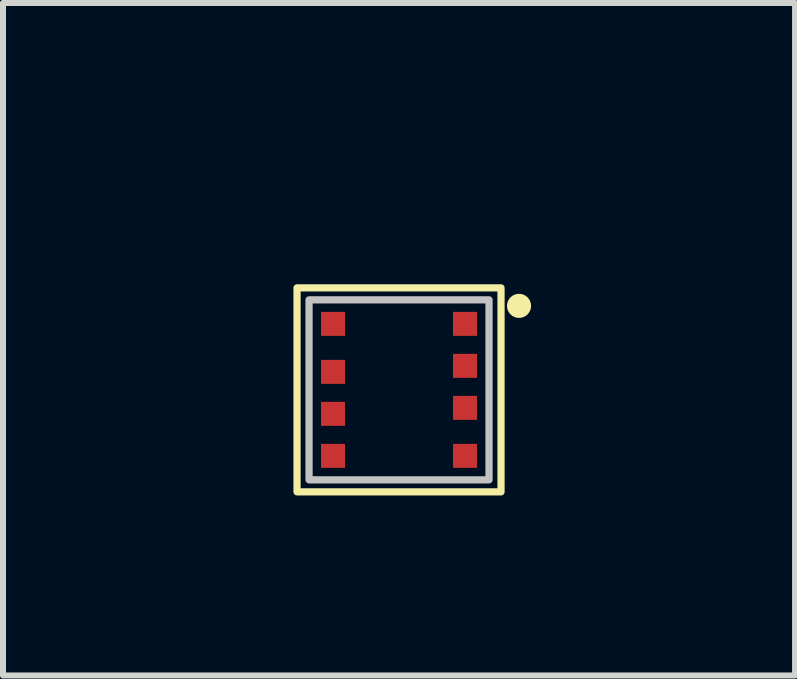
<source format=kicad_pcb>
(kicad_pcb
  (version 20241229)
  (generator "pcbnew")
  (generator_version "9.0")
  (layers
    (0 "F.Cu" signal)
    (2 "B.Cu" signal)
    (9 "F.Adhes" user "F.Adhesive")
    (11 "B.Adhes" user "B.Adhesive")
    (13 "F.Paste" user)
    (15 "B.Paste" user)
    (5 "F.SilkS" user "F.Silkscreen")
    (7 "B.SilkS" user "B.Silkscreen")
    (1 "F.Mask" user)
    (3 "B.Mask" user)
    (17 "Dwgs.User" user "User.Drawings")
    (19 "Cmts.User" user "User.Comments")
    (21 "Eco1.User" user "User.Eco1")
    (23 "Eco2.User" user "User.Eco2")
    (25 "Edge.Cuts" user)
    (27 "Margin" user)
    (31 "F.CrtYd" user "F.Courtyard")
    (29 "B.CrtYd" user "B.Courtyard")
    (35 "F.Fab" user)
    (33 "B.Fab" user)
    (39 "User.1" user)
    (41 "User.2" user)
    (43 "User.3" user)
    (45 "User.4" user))
  (footprint "BME688N"
    (layer "F.Cu")
    (at 3.601 3.448)
    (property "Reference" "BME688N" (at 0 -2.6 0) (unlocked yes) (layer "User.1") (effects (font (size 1 1) (thickness 0.15))))
    (attr smd)
    (fp_rect (start -1.7 -1.7) (end 1.7 1.7) (stroke (width 0.12) (type solid)) (fill no) (layer "F.SilkS"))
    (fp_circle (center 2 -1.4) (end 2.141 -1.4) (stroke (width 0.12) (type solid)) (fill yes) (layer "F.SilkS"))
    (fp_rect (start -1.5 -1.5) (end 1.5 1.5) (stroke (width 0.12) (type solid)) (fill no) (layer "Dwgs.User"))
    (fp_rect (start -1.5 -1.5) (end 1.5 1.5) (stroke (width 0.1) (type solid)) (fill no) (layer "F.Fab"))
    (fp_text user "${REFERENCE}" (at 0 -2.6 0) (unlocked yes) (layer "User.1") (effects (font (size 1 1) (thickness 0.15))))
    (pad "1" smd rect (at 1.1 -1.1) (size 0.4 0.4) (layers "F.Cu" "F.Mask" "F.Paste"))
    (pad "2" smd rect (at 1.1 -0.4) (size 0.4 0.4) (layers "F.Cu" "F.Mask" "F.Paste"))
    (pad "3" smd rect (at 1.1 0.3) (size 0.4 0.4) (layers "F.Cu" "F.Mask" "F.Paste"))
    (pad "4" smd rect (at 1.1 1.1) (size 0.4 0.4) (layers "F.Cu" "F.Mask" "F.Paste"))
    (pad "5" smd rect (at -1.1 1.1) (size 0.4 0.4) (layers "F.Cu" "F.Mask" "F.Paste"))
    (pad "6" smd rect (at -1.1 0.4) (size 0.4 0.4) (layers "F.Cu" "F.Mask" "F.Paste"))
    (pad "7" smd rect (at -1.1 -0.3) (size 0.4 0.4) (layers "F.Cu" "F.Mask" "F.Paste"))
    (pad "8" smd rect (at -1.1 -1.1) (size 0.4 0.4) (layers "F.Cu" "F.Mask" "F.Paste")))
  (gr_rect
    (start -3 -3)
    (end 10.202 8.208)
    (stroke (width 0.1) (type default))
    (fill no)
    (layer "Edge.Cuts")))
</source>
